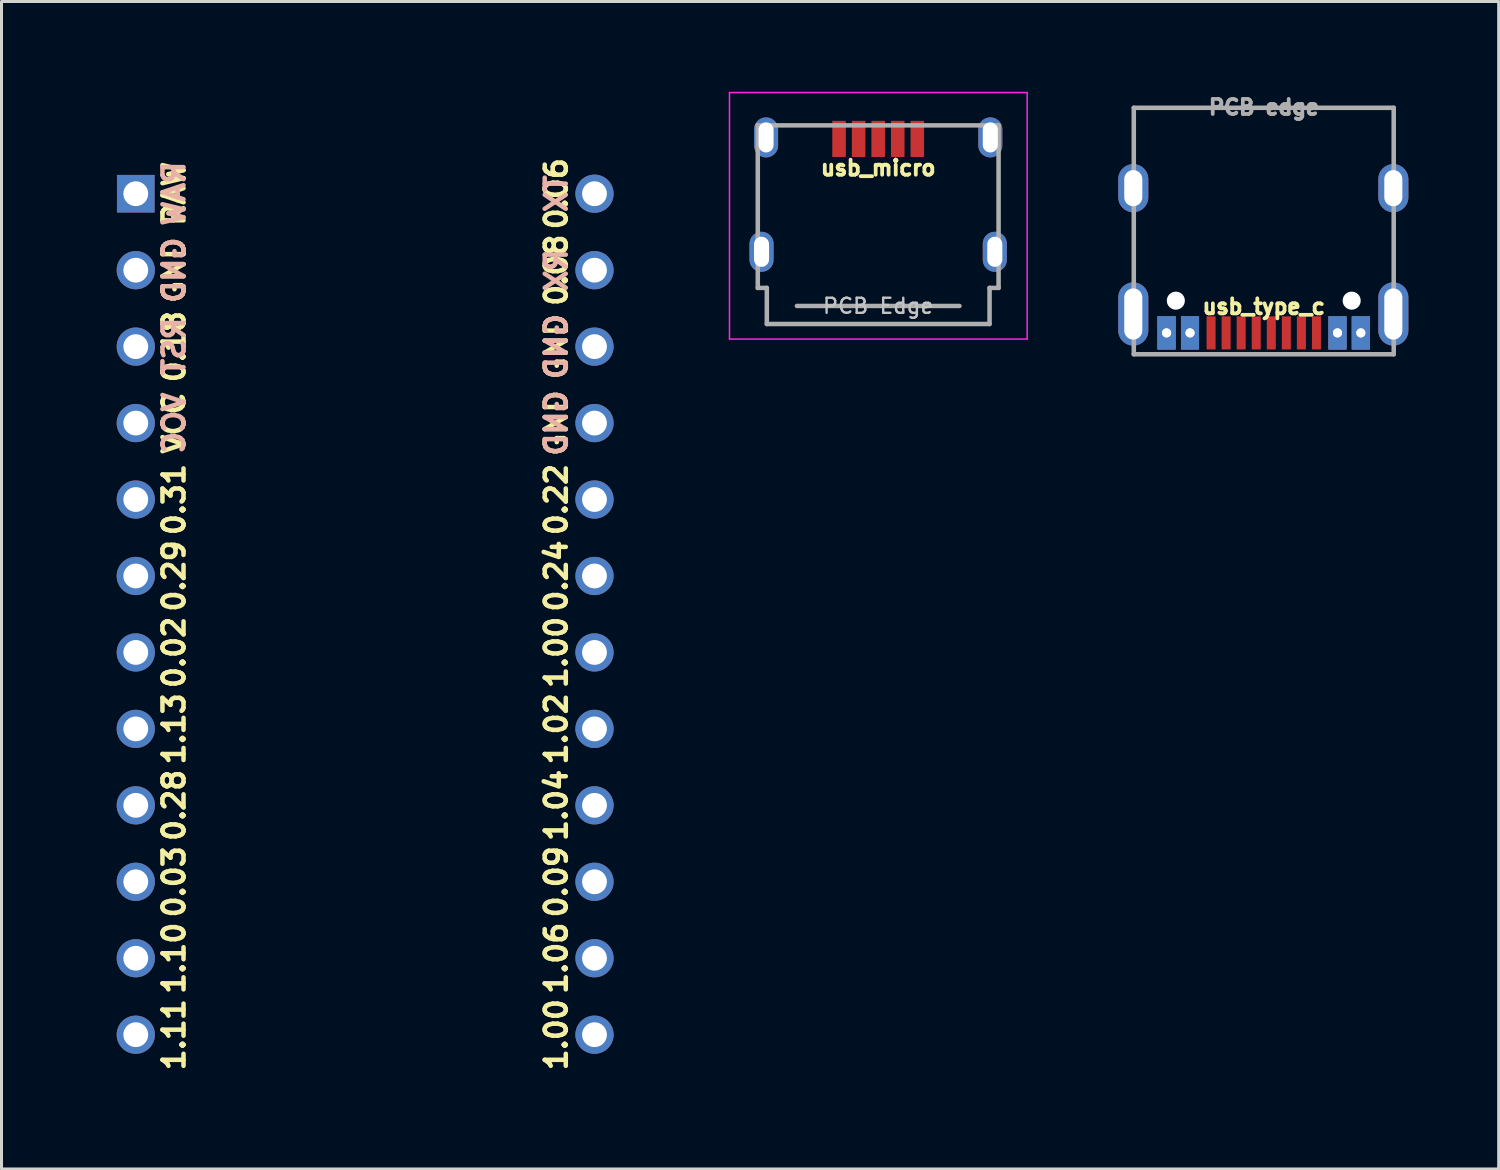
<source format=kicad_pcb>
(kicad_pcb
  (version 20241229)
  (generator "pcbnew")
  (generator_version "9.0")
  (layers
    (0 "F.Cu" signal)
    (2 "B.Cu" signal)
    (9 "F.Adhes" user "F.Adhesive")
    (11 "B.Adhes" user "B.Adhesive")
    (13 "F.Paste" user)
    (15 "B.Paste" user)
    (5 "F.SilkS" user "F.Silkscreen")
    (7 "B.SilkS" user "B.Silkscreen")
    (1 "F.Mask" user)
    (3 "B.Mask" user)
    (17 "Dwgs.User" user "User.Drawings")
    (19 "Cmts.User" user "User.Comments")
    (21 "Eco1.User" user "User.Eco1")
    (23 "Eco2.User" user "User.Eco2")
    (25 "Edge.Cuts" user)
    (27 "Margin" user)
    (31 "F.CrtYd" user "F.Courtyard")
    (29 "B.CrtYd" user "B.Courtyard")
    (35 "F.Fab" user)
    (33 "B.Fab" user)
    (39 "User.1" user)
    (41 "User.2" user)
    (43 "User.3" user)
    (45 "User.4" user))
  (footprint "usb_type_c"
    (layer "F.Cu")
    (at 38.936 0.532)
    (property "Reference" "usb_type_c" (at 0 6.604 180) (layer "F.SilkS") (effects (font (size 0.5 0.5) (thickness 0.125))))
    (attr through_hole)
    (fp_line (start -4.318 0) (end -4.318 8.188) (stroke (width 0.15) (type solid)) (layer "F.Fab"))
    (fp_line (start 4.318 0) (end -4.318 0) (stroke (width 0.15) (type solid)) (layer "F.Fab"))
    (fp_line (start 4.318 0) (end 4.318 8.188) (stroke (width 0.15) (type solid)) (layer "F.Fab"))
    (fp_line (start 4.318 8.188) (end -4.318 8.188) (stroke (width 0.15) (type solid)) (layer "F.Fab"))
    (fp_text user "PCB edge" (at 0.007 -0.02 180) (layer "F.Fab") (effects (font (size 0.5 0.5) (thickness 0.125))))
    (pad "" thru_hole oval (at -4.335 2.67 180) (size 1 1.6) (drill oval 0.6 1.2) (layers "*.Cu" "*.Mask"))
    (pad "" np_thru_hole circle (at -2.921 6.407 180) (size 0.6 0.6) (drill oval 0.6) (layers "*.Cu" "*.Mask"))
    (pad "" np_thru_hole circle (at 2.921 6.407 180) (size 0.6 0.6) (drill oval 0.6) (layers "*.Cu" "*.Mask"))
    (pad "" thru_hole oval (at 4.305 2.67 180) (size 1 1.6) (drill oval 0.6 1.2) (layers "*.Cu" "*.Mask"))
    (pad "" thru_hole oval (at 4.305 6.85 180) (size 1 2.1) (drill oval 0.6 1.7) (layers "*.Cu" "*.Mask"))
    (pad "A1" thru_hole rect (at 3.225 7.478 180) (size 0.6 1.1) (drill 0.3) (layers "*.Cu" "*.Mask"))
    (pad "A4" thru_hole rect (at 2.45 7.478 180) (size 0.6 1.1) (drill 0.3) (layers "*.Cu" "*.Mask"))
    (pad "A5" smd rect (at 1.75 7.478 180) (size 0.3 1.1) (layers "F.Cu" "F.Mask" "F.Paste"))
    (pad "A6" smd rect (at 0.75 7.478 180) (size 0.3 1.1) (layers "F.Cu" "F.Mask" "F.Paste"))
    (pad "A7" smd rect (at -0.75 7.478 180) (size 0.3 1.1) (layers "F.Cu" "F.Mask" "F.Paste"))
    (pad "A8" smd rect (at -1.75 7.478 180) (size 0.3 1.1) (layers "F.Cu" "F.Mask" "F.Paste"))
    (pad "A9" thru_hole rect (at -2.45 7.478 180) (size 0.6 1.1) (drill 0.3) (layers "*.Cu" "*.Mask"))
    (pad "A12" thru_hole rect (at -3.225 7.478 180) (size 0.6 1.1) (drill 0.3) (layers "*.Cu" "*.Mask"))
    (pad "B1" thru_hole rect (at -3.234 7.478 180) (size 0.6 1.1) (drill 0.3) (layers "*.Cu" "*.Mask"))
    (pad "B4" thru_hole rect (at -2.45 7.478 180) (size 0.6 1.1) (drill 0.3) (layers "*.Cu" "*.Mask"))
    (pad "B5" smd rect (at -1.25 7.478 180) (size 0.3 1.1) (layers "F.Cu" "F.Mask" "F.Paste"))
    (pad "B6" smd rect (at -0.25 7.478 180) (size 0.3 1.1) (layers "F.Cu" "F.Mask" "F.Paste"))
    (pad "B7" smd rect (at 0.25 7.478 180) (size 0.3 1.1) (layers "F.Cu" "F.Mask" "F.Paste"))
    (pad "B8" smd rect (at 1.25 7.478 180) (size 0.3 1.1) (layers "F.Cu" "F.Mask" "F.Paste"))
    (pad "B9" thru_hole rect (at 2.45 7.478 180) (size 0.6 1.1) (drill 0.3) (layers "*.Cu" "*.Mask"))
    (pad "B12" thru_hole rect (at 3.225 7.478 180) (size 0.6 1.1) (drill 0.3) (layers "*.Cu" "*.Mask"))
    (pad "S1" thru_hole oval (at -4.335 6.85 180) (size 1 2.1) (drill oval 0.6 1.7) (layers "*.Cu" "*.Mask")))
  (footprint "pro_micro"
    (layer "F.Cu")
    (at 9.081 15.832)
    (property "Reference" "pro_micro" (at 0.508 -14.732 0) (layer "Eco1.User") (effects (font (size 1.27 1.524) (thickness 0.203))))
    (attr through_hole)
    (fp_line (start -8.89 -13.716) (end -8.89 16.764) (stroke (width 0.381) (type solid)) (layer "Margin"))
    (fp_line (start -8.89 -13.716) (end -8.89 16.764) (stroke (width 0.381) (type solid)) (layer "Margin"))
    (fp_line (start -8.89 16.764) (end 8.89 16.764) (stroke (width 0.381) (type solid)) (layer "Margin"))
    (fp_line (start -8.89 16.764) (end 8.89 16.764) (stroke (width 0.381) (type solid)) (layer "Margin"))
    (fp_line (start -6.35 -13.716) (end -6.35 -11.176) (stroke (width 0.381) (type solid)) (layer "Margin"))
    (fp_line (start -6.35 -13.716) (end -6.35 -11.176) (stroke (width 0.381) (type solid)) (layer "Margin"))
    (fp_line (start -6.35 -11.176) (end -8.89 -11.176) (stroke (width 0.381) (type solid)) (layer "Margin"))
    (fp_line (start -6.35 -11.176) (end -8.89 -11.176) (stroke (width 0.381) (type solid)) (layer "Margin"))
    (fp_line (start 8.89 -13.716) (end -8.89 -13.716) (stroke (width 0.381) (type solid)) (layer "Margin"))
    (fp_line (start 8.89 -13.716) (end -8.89 -13.716) (stroke (width 0.381) (type solid)) (layer "Margin"))
    (fp_line (start 8.89 16.764) (end 8.89 -13.716) (stroke (width 0.381) (type solid)) (layer "Margin"))
    (fp_line (start 8.89 16.764) (end 8.89 -13.716) (stroke (width 0.381) (type solid)) (layer "Margin"))
    (fp_text user "0.24" (at 6.35 0.254 90) (layer "F.SilkS") (effects (font (size 0.7 0.7) (thickness 0.15))))
    (fp_text user "1.06" (at 6.35 12.954 90) (layer "F.SilkS") (effects (font (size 0.7 0.7) (thickness 0.15))))
    (fp_text user "0.02" (at -6.35 2.794 90) (layer "F.SilkS") (effects (font (size 0.7 0.7) (thickness 0.15))))
    (fp_text user "1.04" (at 6.35 7.874 270) (layer "F.SilkS") (effects (font (size 0.7 0.7) (thickness 0.15))))
    (fp_text user "0.29" (at -6.35 0.254 90) (layer "F.SilkS") (effects (font (size 0.7 0.7) (thickness 0.15))))
    (fp_text user "0.03" (at -6.35 10.414 90) (layer "F.SilkS") (effects (font (size 0.7 0.7) (thickness 0.15))))
    (fp_text user "0.08" (at 6.35 -9.906 90) (layer "F.SilkS") (effects (font (size 0.7 0.7) (thickness 0.15))))
    (fp_text user "1.11" (at -6.35 15.494 90) (layer "F.SilkS") (effects (font (size 0.7 0.7) (thickness 0.15))))
    (fp_text user "1.13" (at -6.35 5.334 90) (layer "F.SilkS") (effects (font (size 0.7 0.7) (thickness 0.15))))
    (fp_text user "RAW" (at -6.35 -12.446 90) (layer "F.SilkS") (effects (font (size 0.7 0.7) (thickness 0.15))))
    (fp_text user "VCC" (at -6.35 -4.826 270) (layer "F.SilkS") (effects (font (size 0.7 0.7) (thickness 0.15))))
    (fp_text user "0.22" (at 6.35 -2.286 90) (layer "F.SilkS") (effects (font (size 0.7 0.7) (thickness 0.15))))
    (fp_text user "1.10" (at -6.35 12.954 90) (layer "F.SilkS") (effects (font (size 0.7 0.7) (thickness 0.15))))
    (fp_text user "0.09" (at 6.35 10.414 90) (layer "F.SilkS") (effects (font (size 0.7 0.7) (thickness 0.15))))
    (fp_text user "0.31" (at -6.35 -2.286 90) (layer "F.SilkS") (effects (font (size 0.7 0.7) (thickness 0.15))))
    (fp_text user "1.00" (at 6.35 15.494 90) (layer "F.SilkS") (effects (font (size 0.7 0.7) (thickness 0.15))))
    (fp_text user "0.18" (at -6.35 -7.366 90) (layer "F.SilkS") (effects (font (size 0.7 0.7) (thickness 0.15))))
    (fp_text user "GND" (at 6.35 -4.826 90) (layer "F.SilkS") (effects (font (size 0.7 0.7) (thickness 0.15))))
    (fp_text user "1.00" (at 6.35 2.794 90) (layer "F.SilkS") (effects (font (size 0.7 0.7) (thickness 0.15))))
    (fp_text user "0.28" (at -6.35 7.874 90) (layer "F.SilkS") (effects (font (size 0.7 0.7) (thickness 0.15))))
    (fp_text user "GND" (at 6.35 -7.366 90) (layer "F.SilkS") (effects (font (size 0.7 0.7) (thickness 0.15))))
    (fp_text user "1.02" (at 6.35 5.334 90) (layer "F.SilkS") (effects (font (size 0.7 0.7) (thickness 0.15))))
    (fp_text user "0.06" (at 6.35 -12.446 90) (layer "F.SilkS") (effects (font (size 0.7 0.7) (thickness 0.15))))
    (fp_text user "GND" (at -6.35 -9.906 90) (layer "F.SilkS") (effects (font (size 0.7 0.7) (thickness 0.15))))
    (fp_text user "GND" (at 6.35 -7.366 90) (layer "B.SilkS") (effects (font (size 0.7 0.7) (thickness 0.15)) (justify mirror)))
    (fp_text user "VCC" (at -6.35 -4.826 90) (layer "B.SilkS") (effects (font (size 0.7 0.7) (thickness 0.15)) (justify mirror)))
    (fp_text user "GND" (at -6.35 -9.906 90) (layer "B.SilkS") (effects (font (size 0.7 0.7) (thickness 0.15)) (justify mirror)))
    (fp_text user "RST" (at -6.35 -7.366 90) (layer "B.SilkS") (effects (font (size 0.7 0.7) (thickness 0.15)) (justify mirror)))
    (fp_text user "RAW" (at -6.35 -12.446 270) (layer "B.SilkS") (effects (font (size 0.7 0.7) (thickness 0.15)) (justify mirror)))
    (fp_text user "GND" (at 6.35 -4.826 90) (layer "B.SilkS") (effects (font (size 0.7 0.7) (thickness 0.15)) (justify mirror)))
    (fp_text user "TX" (at 6.35 -12.446 270) (layer "B.SilkS") (effects (font (size 0.7 0.7) (thickness 0.15)) (justify mirror)))
    (fp_text user "RX" (at 6.35 -9.906 90) (layer "B.SilkS") (effects (font (size 0.7 0.7) (thickness 0.15)) (justify mirror)))
    (fp_text user "C6" (at 6.096 5.334 0) (layer "Margin") (effects (font (size 0.7 0.7) (thickness 0.15))))
    (fp_text user "D1" (at 6.096 -2.286 0) (layer "Margin") (effects (font (size 0.7 0.7) (thickness 0.15))))
    (fp_text user "B6" (at -6.096 15.494 0) (layer "Margin") (effects (font (size 0.7 0.7) (thickness 0.15))))
    (fp_text user "F4" (at -6.096 -2.286 0) (layer "Margin") (effects (font (size 0.7 0.7) (thickness 0.15))))
    (fp_text user "B5" (at 6.096 15.494 0) (layer "Margin") (effects (font (size 0.7 0.7) (thickness 0.15))))
    (fp_text user "F6" (at -6.096 2.794 0) (layer "Margin") (effects (font (size 0.7 0.7) (thickness 0.15))))
    (fp_text user "B4" (at 6.096 12.954 0) (layer "Margin") (effects (font (size 0.7 0.7) (thickness 0.15))))
    (fp_text user "F7" (at -6.096 5.334 0) (layer "Margin") (effects (font (size 0.7 0.7) (thickness 0.15))))
    (fp_text user "F5" (at -6.096 0.254 0) (layer "Margin") (effects (font (size 0.7 0.7) (thickness 0.15))))
    (fp_text user "B1" (at -6.096 7.874 0) (layer "Margin") (effects (font (size 0.7 0.7) (thickness 0.15))))
    (fp_text user "D0" (at 6.096 0.254 0) (layer "Margin") (effects (font (size 0.7 0.7) (thickness 0.15))))
    (fp_text user "B2" (at -6.096 12.954 0) (layer "Margin") (effects (font (size 0.7 0.7) (thickness 0.15))))
    (fp_text user "D4" (at 6.096 2.794 0) (layer "Margin") (effects (font (size 0.7 0.7) (thickness 0.15))))
    (fp_text user "E6" (at 6.096 10.414 0) (layer "Margin") (effects (font (size 0.7 0.7) (thickness 0.15))))
    (fp_text user "D7" (at 6.096 7.874 0) (layer "Margin") (effects (font (size 0.7 0.7) (thickness 0.15))))
    (fp_text user "B3" (at -6.096 10.414 0) (layer "Margin") (effects (font (size 0.7 0.7) (thickness 0.15))))
    (pad "1" thru_hole rect (at -7.62 -12.446 270) (size 1.25 1.25) (drill 0.825) (layers "*.Cu" "*.Mask"))
    (pad "2" thru_hole circle (at -7.62 -9.906 270) (size 1.27 1.27) (drill 0.825) (layers "*.Cu" "*.Mask"))
    (pad "3" thru_hole circle (at -7.62 -7.366 270) (size 1.27 1.27) (drill 0.825) (layers "*.Cu" "*.Mask"))
    (pad "4" thru_hole circle (at -7.62 -4.826 270) (size 1.27 1.27) (drill 0.825) (layers "*.Cu" "*.Mask"))
    (pad "5" thru_hole circle (at -7.62 -2.286 270) (size 1.27 1.27) (drill 0.825) (layers "*.Cu" "*.Mask"))
    (pad "6" thru_hole circle (at -7.62 0.254 270) (size 1.27 1.27) (drill 0.825) (layers "*.Cu" "*.Mask"))
    (pad "7" thru_hole circle (at -7.62 2.794 270) (size 1.27 1.27) (drill 0.825) (layers "*.Cu" "*.Mask"))
    (pad "8" thru_hole circle (at -7.62 5.334 270) (size 1.27 1.27) (drill 0.825) (layers "*.Cu" "*.Mask"))
    (pad "9" thru_hole circle (at -7.62 7.874 270) (size 1.27 1.27) (drill 0.825) (layers "*.Cu" "*.Mask"))
    (pad "10" thru_hole circle (at -7.62 10.414 270) (size 1.27 1.27) (drill 0.825) (layers "*.Cu" "*.Mask"))
    (pad "11" thru_hole circle (at -7.62 12.954 270) (size 1.27 1.27) (drill 0.825) (layers "*.Cu" "*.Mask"))
    (pad "12" thru_hole circle (at -7.62 15.494 270) (size 1.27 1.27) (drill 0.825) (layers "*.Cu" "*.Mask"))
    (pad "13" thru_hole circle (at 7.62 -12.446 270) (size 1.27 1.27) (drill 0.825) (layers "*.Cu" "*.Mask"))
    (pad "14" thru_hole circle (at 7.62 -9.906 270) (size 1.27 1.27) (drill 0.825) (layers "*.Cu" "*.Mask"))
    (pad "15" thru_hole circle (at 7.62 -7.366 270) (size 1.27 1.27) (drill 0.825) (layers "*.Cu" "*.Mask"))
    (pad "16" thru_hole circle (at 7.62 -4.826 270) (size 1.27 1.27) (drill 0.825) (layers "*.Cu" "*.Mask"))
    (pad "17" thru_hole circle (at 7.62 -2.286 270) (size 1.27 1.27) (drill 0.825) (layers "*.Cu" "*.Mask"))
    (pad "18" thru_hole circle (at 7.62 0.254 270) (size 1.27 1.27) (drill 0.825) (layers "*.Cu" "*.Mask"))
    (pad "19" thru_hole circle (at 7.62 2.794 270) (size 1.27 1.27) (drill 0.825) (layers "*.Cu" "*.Mask"))
    (pad "20" thru_hole circle (at 7.62 5.334 270) (size 1.27 1.27) (drill 0.825) (layers "*.Cu" "*.Mask"))
    (pad "21" thru_hole circle (at 7.62 7.874 270) (size 1.27 1.27) (drill 0.825) (layers "*.Cu" "*.Mask"))
    (pad "22" thru_hole circle (at 7.62 10.414 270) (size 1.27 1.27) (drill 0.825) (layers "*.Cu" "*.Mask"))
    (pad "23" thru_hole circle (at 7.62 12.954 270) (size 1.27 1.27) (drill 0.825) (layers "*.Cu" "*.Mask"))
    (pad "24" thru_hole circle (at 7.62 15.494 270) (size 1.27 1.27) (drill 0.825) (layers "*.Cu" "*.Mask")))
  (footprint "usb_micro"
    (layer "F.Cu")
    (at 26.126 6.975)
    (property "Reference" "usb_micro" (at 0 -4.445 0) (layer "F.SilkS") (effects (font (size 0.5 0.5) (thickness 0.125))))
    (attr smd)
    (fp_line (start -4.94 -6.95) (end -4.94 1.24) (stroke (width 0.05) (type solid)) (layer "F.CrtYd"))
    (fp_line (start -4.94 1.24) (end 4.95 1.24) (stroke (width 0.05) (type solid)) (layer "F.CrtYd"))
    (fp_line (start 4.95 -6.95) (end -4.94 -6.95) (stroke (width 0.05) (type solid)) (layer "F.CrtYd"))
    (fp_line (start 4.95 1.24) (end 4.95 -6.95) (stroke (width 0.05) (type solid)) (layer "F.CrtYd"))
    (fp_line (start -4 -5.86) (end -4 -0.46) (stroke (width 0.15) (type solid)) (layer "F.Fab"))
    (fp_line (start -4 -0.46) (end -3.7 -0.46) (stroke (width 0.15) (type solid)) (layer "F.Fab"))
    (fp_line (start -3.7 -0.46) (end -3.7 0.74) (stroke (width 0.15) (type solid)) (layer "F.Fab"))
    (fp_line (start -3.7 0.74) (end 3.7 0.74) (stroke (width 0.15) (type solid)) (layer "F.Fab"))
    (fp_line (start -2.7 0.14) (end 2.7 0.14) (stroke (width 0.15) (type solid)) (layer "F.Fab"))
    (fp_line (start 3.7 -0.46) (end 4 -0.46) (stroke (width 0.15) (type solid)) (layer "F.Fab"))
    (fp_line (start 3.7 0.74) (end 3.7 -0.46) (stroke (width 0.15) (type solid)) (layer "F.Fab"))
    (fp_line (start 4 -5.86) (end -4 -5.86) (stroke (width 0.15) (type solid)) (layer "F.Fab"))
    (fp_line (start 4 -0.46) (end 4 -5.86) (stroke (width 0.15) (type solid)) (layer "F.Fab"))
    (fp_text user "PCB Edge" (at 0 0.14 0) (layer "Dwgs.User") (effects (font (size 0.5 0.5) (thickness 0.08))))
    (pad "" thru_hole oval (at -3.875 -1.66) (size 0.8 1.33) (drill oval 0.5 1) (layers "*.Cu" "*.Mask"))
    (pad "" thru_hole oval (at 3.725 -5.46) (size 0.8 1.33) (drill oval 0.5 1) (layers "*.Cu" "*.Mask"))
    (pad "" thru_hole oval (at 3.875 -1.66) (size 0.8 1.33) (drill oval 0.5 1) (layers "*.Cu" "*.Mask"))
    (pad "1" smd rect (at -1.3 -5.41) (size 0.45 1.2) (layers "F.Cu" "F.Mask" "F.Paste"))
    (pad "2" smd rect (at -0.65 -5.41) (size 0.45 1.2) (layers "F.Cu" "F.Mask" "F.Paste"))
    (pad "3" smd rect (at 0 -5.41) (size 0.45 1.2) (layers "F.Cu" "F.Mask" "F.Paste"))
    (pad "4" smd rect (at 0.65 -5.41) (size 0.45 1.2) (layers "F.Cu" "F.Mask" "F.Paste"))
    (pad "5" smd rect (at 1.3 -5.41) (size 0.45 1.2) (layers "F.Cu" "F.Mask" "F.Paste"))
    (pad "6" thru_hole oval (at -3.725 -5.46) (size 0.8 1.33) (drill oval 0.5 1) (layers "*.Cu" "*.Mask")))
  (gr_rect
    (start -3 -3)
    (end 46.741 35.786)
    (stroke (width 0.1) (type default))
    (fill no)
    (layer "Edge.Cuts")))
</source>
